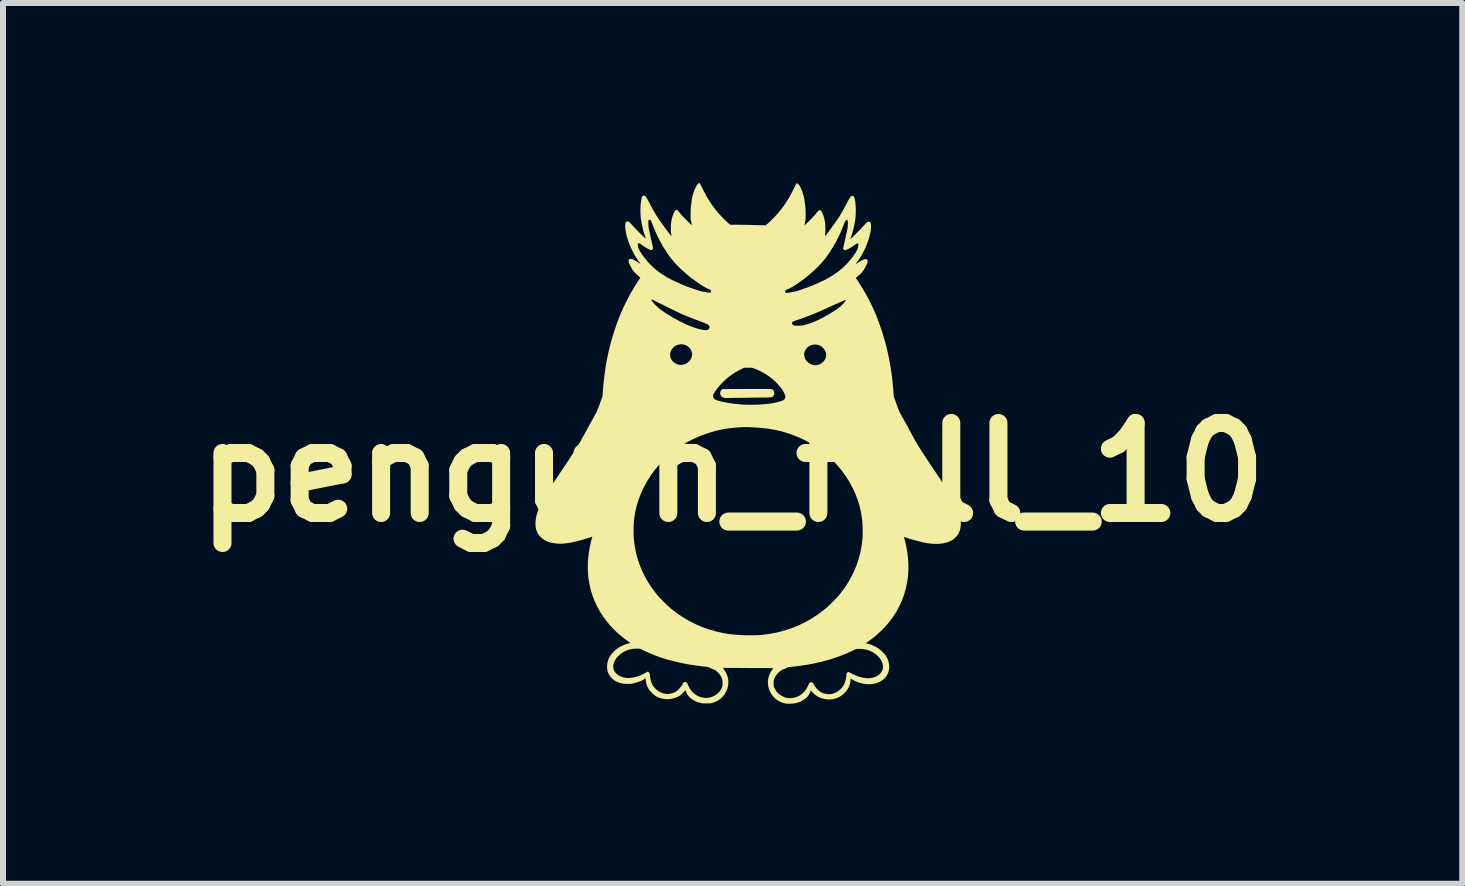
<source format=kicad_pcb>
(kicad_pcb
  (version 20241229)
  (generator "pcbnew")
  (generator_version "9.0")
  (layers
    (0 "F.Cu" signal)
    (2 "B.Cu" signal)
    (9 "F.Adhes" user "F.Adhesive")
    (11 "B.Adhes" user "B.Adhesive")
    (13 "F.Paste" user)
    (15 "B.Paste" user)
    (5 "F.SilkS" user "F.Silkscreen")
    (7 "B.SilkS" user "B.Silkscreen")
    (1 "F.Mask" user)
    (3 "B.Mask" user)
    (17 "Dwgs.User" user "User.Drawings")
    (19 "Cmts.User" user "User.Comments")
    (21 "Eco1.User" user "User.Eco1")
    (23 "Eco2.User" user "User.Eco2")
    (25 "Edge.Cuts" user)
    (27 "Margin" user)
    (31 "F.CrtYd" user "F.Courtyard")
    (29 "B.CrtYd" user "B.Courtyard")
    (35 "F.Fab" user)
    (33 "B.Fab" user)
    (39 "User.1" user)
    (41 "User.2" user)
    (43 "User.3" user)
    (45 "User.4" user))
  (footprint "penguin_full_10"
    (layer "F.Cu")
    (at 9.157 4.819)
    (property "Reference" "penguin_full_10" (at 0 0 0) (layer "F.SilkS") (effects (font (size 1.5 1.5) (thickness 0.3))))
    (attr board_only exclude_from_pos_files exclude_from_bom)
    (fp_poly (pts (xy -0.312 2.624) (xy -0.312 2.63) (xy -0.314 2.636) (xy -0.319 2.636) (xy -0.323 2.632) (xy -0.325 2.626) (xy -0.322 2.622) (xy -0.316 2.62)) (stroke (width 0) (type solid)) (fill yes) (layer "F.SilkS"))
    (fp_poly (pts (xy 0.838 2.618) (xy 0.841 2.624) (xy 0.839 2.628) (xy 0.833 2.633) (xy 0.829 2.631) (xy 0.828 2.626) (xy 0.829 2.618) (xy 0.834 2.616)) (stroke (width 0) (type solid)) (fill yes) (layer "F.SilkS"))
    (fp_poly (pts (xy 0.444 -1.389) (xy 0.483 -1.389) (xy 0.518 -1.389) (xy 0.55 -1.389) (xy 0.576 -1.388) (xy 0.596 -1.388) (xy 0.611 -1.388) (xy 0.618 -1.388) (xy 0.619 -1.388) (xy 0.637 -1.386) (xy 0.65 -1.385) (xy 0.658 -1.383) (xy 0.665 -1.379) (xy 0.671 -1.374) (xy 0.672 -1.374) (xy 0.685 -1.358) (xy 0.692 -1.338) (xy 0.694 -1.316) (xy 0.689 -1.294) (xy 0.679 -1.273) (xy 0.676 -1.269) (xy 0.673 -1.264) (xy 0.67 -1.261) (xy 0.666 -1.258) (xy 0.661 -1.255) (xy 0.655 -1.253) (xy 0.646 -1.251) (xy 0.634 -1.25) (xy 0.62 -1.248) (xy 0.601 -1.247) (xy 0.578 -1.246) (xy 0.551 -1.246) (xy 0.518 -1.245) (xy 0.479 -1.245) (xy 0.434 -1.244) (xy 0.382 -1.244) (xy 0.341 -1.243) (xy 0.291 -1.243) (xy 0.241 -1.242) (xy 0.193 -1.241) (xy 0.147 -1.241) (xy 0.103 -1.24) (xy 0.064 -1.24) (xy 0.029 -1.24) (xy -0.001 -1.239) (xy -0.025 -1.239) (xy -0.042 -1.239) (xy -0.043 -1.239) (xy -0.067 -1.238) (xy -0.091 -1.238) (xy -0.111 -1.239) (xy -0.127 -1.239) (xy -0.136 -1.24) (xy -0.137 -1.24) (xy -0.16 -1.246) (xy -0.179 -1.258) (xy -0.193 -1.273) (xy -0.203 -1.292) (xy -0.208 -1.312) (xy -0.207 -1.332) (xy -0.2 -1.352) (xy -0.187 -1.37) (xy -0.185 -1.372) (xy -0.176 -1.38) (xy -0.17 -1.385) (xy -0.168 -1.386) (xy -0.164 -1.386) (xy -0.152 -1.387) (xy -0.134 -1.387) (xy -0.11 -1.387) (xy -0.08 -1.387) (xy -0.047 -1.388) (xy -0.009 -1.388) (xy 0.032 -1.388) (xy 0.076 -1.388) (xy 0.121 -1.388) (xy 0.168 -1.388) (xy 0.216 -1.388) (xy 0.264 -1.389) (xy 0.311 -1.389) (xy 0.358 -1.389) (xy 0.402 -1.389)) (stroke (width 0) (type solid)) (fill yes) (layer "F.SilkS"))
    (fp_poly (pts (xy -0.551 -4.818) (xy -0.548 -4.814) (xy -0.541 -4.804) (xy -0.533 -4.789) (xy -0.522 -4.769) (xy -0.511 -4.746) (xy -0.502 -4.728) (xy -0.481 -4.687) (xy -0.463 -4.652) (xy -0.447 -4.62) (xy -0.431 -4.591) (xy -0.414 -4.564) (xy -0.397 -4.536) (xy -0.378 -4.506) (xy -0.368 -4.49) (xy -0.323 -4.426) (xy -0.278 -4.367) (xy -0.235 -4.315) (xy -0.219 -4.298) (xy -0.2 -4.277) (xy -0.178 -4.254) (xy -0.155 -4.231) (xy -0.133 -4.208) (xy -0.111 -4.187) (xy -0.092 -4.169) (xy -0.076 -4.154) (xy -0.069 -4.148) (xy -0.04 -4.124) (xy 0.083 -4.124) (xy 0.111 -4.124) (xy 0.137 -4.123) (xy 0.161 -4.123) (xy 0.185 -4.123) (xy 0.209 -4.123) (xy 0.235 -4.122) (xy 0.263 -4.122) (xy 0.294 -4.121) (xy 0.329 -4.12) (xy 0.369 -4.119) (xy 0.416 -4.118) (xy 0.457 -4.117) (xy 0.549 -4.114) (xy 0.584 -4.143) (xy 0.6 -4.158) (xy 0.62 -4.176) (xy 0.643 -4.198) (xy 0.667 -4.223) (xy 0.691 -4.247) (xy 0.715 -4.272) (xy 0.736 -4.294) (xy 0.751 -4.312) (xy 0.798 -4.368) (xy 0.843 -4.427) (xy 0.884 -4.486) (xy 0.904 -4.518) (xy 0.922 -4.546) (xy 0.939 -4.574) (xy 0.955 -4.602) (xy 0.971 -4.632) (xy 0.988 -4.665) (xy 1.007 -4.704) (xy 1.018 -4.724) (xy 1.03 -4.749) (xy 1.041 -4.771) (xy 1.051 -4.79) (xy 1.059 -4.804) (xy 1.065 -4.812) (xy 1.067 -4.814) (xy 1.078 -4.814) (xy 1.089 -4.806) (xy 1.102 -4.793) (xy 1.115 -4.774) (xy 1.128 -4.751) (xy 1.141 -4.724) (xy 1.154 -4.693) (xy 1.166 -4.66) (xy 1.177 -4.625) (xy 1.186 -4.59) (xy 1.194 -4.554) (xy 1.2 -4.518) (xy 1.201 -4.508) (xy 1.203 -4.488) (xy 1.206 -4.464) (xy 1.209 -4.44) (xy 1.211 -4.425) (xy 1.213 -4.404) (xy 1.214 -4.377) (xy 1.216 -4.346) (xy 1.216 -4.314) (xy 1.216 -4.296) (xy 1.216 -4.267) (xy 1.216 -4.244) (xy 1.215 -4.225) (xy 1.214 -4.21) (xy 1.212 -4.195) (xy 1.209 -4.18) (xy 1.207 -4.169) (xy 1.203 -4.151) (xy 1.2 -4.135) (xy 1.197 -4.123) (xy 1.195 -4.117) (xy 1.195 -4.115) (xy 1.196 -4.115) (xy 1.2 -4.117) (xy 1.207 -4.123) (xy 1.217 -4.132) (xy 1.231 -4.145) (xy 1.249 -4.163) (xy 1.272 -4.185) (xy 1.293 -4.206) (xy 1.314 -4.226) (xy 1.334 -4.248) (xy 1.354 -4.269) (xy 1.371 -4.287) (xy 1.384 -4.303) (xy 1.388 -4.308) (xy 1.407 -4.332) (xy 1.424 -4.351) (xy 1.438 -4.363) (xy 1.448 -4.369) (xy 1.451 -4.369) (xy 1.462 -4.366) (xy 1.474 -4.355) (xy 1.486 -4.338) (xy 1.497 -4.315) (xy 1.508 -4.287) (xy 1.519 -4.255) (xy 1.529 -4.219) (xy 1.537 -4.18) (xy 1.539 -4.173) (xy 1.541 -4.152) (xy 1.543 -4.126) (xy 1.545 -4.096) (xy 1.545 -4.063) (xy 1.545 -4.031) (xy 1.544 -4.001) (xy 1.542 -3.974) (xy 1.541 -3.965) (xy 1.539 -3.95) (xy 1.538 -3.939) (xy 1.538 -3.932) (xy 1.538 -3.931) (xy 1.541 -3.934) (xy 1.547 -3.942) (xy 1.558 -3.955) (xy 1.572 -3.974) (xy 1.589 -3.996) (xy 1.608 -4.022) (xy 1.63 -4.051) (xy 1.654 -4.084) (xy 1.671 -4.108) (xy 1.704 -4.153) (xy 1.733 -4.194) (xy 1.759 -4.232) (xy 1.783 -4.269) (xy 1.805 -4.306) (xy 1.828 -4.345) (xy 1.851 -4.387) (xy 1.876 -4.434) (xy 1.881 -4.442) (xy 1.902 -4.483) (xy 1.92 -4.516) (xy 1.936 -4.544) (xy 1.949 -4.566) (xy 1.959 -4.582) (xy 1.968 -4.593) (xy 1.974 -4.6) (xy 1.975 -4.6) (xy 1.99 -4.607) (xy 2.003 -4.607) (xy 2.015 -4.599) (xy 2.025 -4.585) (xy 2.033 -4.564) (xy 2.034 -4.56) (xy 2.041 -4.522) (xy 2.046 -4.478) (xy 2.05 -4.431) (xy 2.052 -4.381) (xy 2.052 -4.331) (xy 2.05 -4.283) (xy 2.046 -4.238) (xy 2.046 -4.237) (xy 2.039 -4.183) (xy 2.029 -4.127) (xy 2.016 -4.07) (xy 2.002 -4.015) (xy 1.987 -3.963) (xy 1.971 -3.916) (xy 1.961 -3.89) (xy 1.962 -3.888) (xy 1.967 -3.892) (xy 1.977 -3.9) (xy 1.991 -3.912) (xy 2.008 -3.928) (xy 2.028 -3.948) (xy 2.051 -3.97) (xy 2.075 -3.995) (xy 2.101 -4.022) (xy 2.129 -4.05) (xy 2.156 -4.08) (xy 2.182 -4.108) (xy 2.2 -4.126) (xy 2.215 -4.142) (xy 2.229 -4.156) (xy 2.24 -4.166) (xy 2.246 -4.172) (xy 2.247 -4.172) (xy 2.26 -4.175) (xy 2.274 -4.174) (xy 2.288 -4.169) (xy 2.294 -4.165) (xy 2.299 -4.155) (xy 2.303 -4.139) (xy 2.305 -4.117) (xy 2.305 -4.091) (xy 2.304 -4.061) (xy 2.3 -4.028) (xy 2.295 -3.994) (xy 2.292 -3.981) (xy 2.275 -3.912) (xy 2.252 -3.841) (xy 2.224 -3.769) (xy 2.192 -3.697) (xy 2.155 -3.628) (xy 2.115 -3.562) (xy 2.073 -3.501) (xy 2.068 -3.494) (xy 2.06 -3.483) (xy 2.055 -3.475) (xy 2.053 -3.471) (xy 2.053 -3.471) (xy 2.056 -3.472) (xy 2.065 -3.477) (xy 2.078 -3.485) (xy 2.093 -3.494) (xy 2.096 -3.496) (xy 2.131 -3.517) (xy 2.16 -3.533) (xy 2.184 -3.544) (xy 2.204 -3.551) (xy 2.22 -3.552) (xy 2.232 -3.549) (xy 2.241 -3.542) (xy 2.246 -3.535) (xy 2.249 -3.523) (xy 2.249 -3.508) (xy 2.246 -3.494) (xy 2.243 -3.483) (xy 2.236 -3.468) (xy 2.227 -3.45) (xy 2.217 -3.43) (xy 2.206 -3.409) (xy 2.196 -3.39) (xy 2.186 -3.374) (xy 2.185 -3.372) (xy 2.168 -3.349) (xy 2.147 -3.325) (xy 2.123 -3.3) (xy 2.098 -3.277) (xy 2.08 -3.262) (xy 2.067 -3.252) (xy 2.058 -3.243) (xy 2.055 -3.237) (xy 2.055 -3.236) (xy 2.057 -3.232) (xy 2.064 -3.222) (xy 2.073 -3.208) (xy 2.084 -3.192) (xy 2.09 -3.182) (xy 2.151 -3.086) (xy 2.21 -2.986) (xy 2.266 -2.884) (xy 2.318 -2.78) (xy 2.365 -2.678) (xy 2.384 -2.633) (xy 2.439 -2.49) (xy 2.49 -2.343) (xy 2.535 -2.194) (xy 2.574 -2.042) (xy 2.607 -1.89) (xy 2.634 -1.739) (xy 2.655 -1.59) (xy 2.658 -1.559) (xy 2.661 -1.533) (xy 2.664 -1.503) (xy 2.667 -1.473) (xy 2.669 -1.449) (xy 2.672 -1.426) (xy 2.674 -1.398) (xy 2.677 -1.368) (xy 2.679 -1.339) (xy 2.679 -1.326) (xy 2.681 -1.301) (xy 2.683 -1.282) (xy 2.684 -1.268) (xy 2.686 -1.257) (xy 2.689 -1.247) (xy 2.692 -1.239) (xy 2.695 -1.234) (xy 2.702 -1.218) (xy 2.709 -1.199) (xy 2.714 -1.182) (xy 2.721 -1.162) (xy 2.729 -1.137) (xy 2.739 -1.109) (xy 2.75 -1.081) (xy 2.761 -1.053) (xy 2.771 -1.028) (xy 2.78 -1.008) (xy 2.784 -0.999) (xy 2.791 -0.987) (xy 2.8 -0.969) (xy 2.812 -0.948) (xy 2.825 -0.924) (xy 2.839 -0.899) (xy 2.846 -0.885) (xy 2.866 -0.849) (xy 2.883 -0.819) (xy 2.898 -0.793) (xy 2.91 -0.77) (xy 2.921 -0.75) (xy 2.931 -0.731) (xy 2.941 -0.713) (xy 2.952 -0.694) (xy 2.963 -0.673) (xy 2.976 -0.649) (xy 2.979 -0.643) (xy 2.993 -0.617) (xy 3.006 -0.592) (xy 3.019 -0.568) (xy 3.033 -0.544) (xy 3.046 -0.52) (xy 3.061 -0.496) (xy 3.076 -0.471) (xy 3.092 -0.444) (xy 3.109 -0.417) (xy 3.127 -0.387) (xy 3.147 -0.355) (xy 3.17 -0.321) (xy 3.194 -0.283) (xy 3.221 -0.243) (xy 3.25 -0.198) (xy 3.282 -0.15) (xy 3.317 -0.097) (xy 3.356 -0.039) (xy 3.398 0.023) (xy 3.443 0.091) (xy 3.493 0.165) (xy 3.516 0.2) (xy 3.576 0.292) (xy 3.63 0.385) (xy 3.681 0.48) (xy 3.691 0.5) (xy 3.712 0.543) (xy 3.73 0.58) (xy 3.744 0.612) (xy 3.756 0.64) (xy 3.766 0.666) (xy 3.774 0.69) (xy 3.781 0.714) (xy 3.785 0.727) (xy 3.796 0.784) (xy 3.802 0.839) (xy 3.801 0.892) (xy 3.793 0.941) (xy 3.78 0.986) (xy 3.763 1.023) (xy 3.75 1.041) (xy 3.733 1.062) (xy 3.713 1.084) (xy 3.692 1.104) (xy 3.671 1.121) (xy 3.663 1.126) (xy 3.62 1.15) (xy 3.572 1.168) (xy 3.518 1.182) (xy 3.46 1.19) (xy 3.398 1.193) (xy 3.331 1.191) (xy 3.261 1.184) (xy 3.222 1.178) (xy 3.193 1.172) (xy 3.157 1.164) (xy 3.118 1.154) (xy 3.075 1.143) (xy 3.031 1.131) (xy 2.988 1.119) (xy 2.946 1.106) (xy 2.907 1.094) (xy 2.888 1.088) (xy 2.871 1.082) (xy 2.861 1.079) (xy 2.855 1.079) (xy 2.853 1.08) (xy 2.854 1.084) (xy 2.854 1.085) (xy 2.859 1.097) (xy 2.864 1.116) (xy 2.87 1.139) (xy 2.877 1.164) (xy 2.883 1.189) (xy 2.889 1.213) (xy 2.891 1.223) (xy 2.91 1.328) (xy 2.922 1.432) (xy 2.928 1.536) (xy 2.928 1.639) (xy 2.921 1.739) (xy 2.908 1.832) (xy 2.888 1.93) (xy 2.861 2.026) (xy 2.828 2.119) (xy 2.787 2.211) (xy 2.739 2.303) (xy 2.719 2.337) (xy 2.668 2.415) (xy 2.611 2.492) (xy 2.547 2.567) (xy 2.477 2.639) (xy 2.403 2.708) (xy 2.324 2.772) (xy 2.25 2.826) (xy 2.236 2.836) (xy 2.226 2.844) (xy 2.221 2.849) (xy 2.222 2.85) (xy 2.229 2.852) (xy 2.24 2.854) (xy 2.242 2.855) (xy 2.273 2.862) (xy 2.308 2.873) (xy 2.344 2.889) (xy 2.381 2.907) (xy 2.415 2.926) (xy 2.441 2.944) (xy 2.465 2.963) (xy 2.49 2.986) (xy 2.515 3.011) (xy 2.537 3.037) (xy 2.555 3.061) (xy 2.561 3.071) (xy 2.583 3.114) (xy 2.598 3.159) (xy 2.607 3.205) (xy 2.609 3.251) (xy 2.604 3.295) (xy 2.592 3.338) (xy 2.579 3.369) (xy 2.555 3.407) (xy 2.525 3.44) (xy 2.49 3.468) (xy 2.45 3.491) (xy 2.405 3.51) (xy 2.357 3.523) (xy 2.305 3.53) (xy 2.267 3.531) (xy 2.23 3.53) (xy 2.196 3.526) (xy 2.161 3.519) (xy 2.123 3.509) (xy 2.105 3.503) (xy 2.076 3.493) (xy 2.053 3.484) (xy 2.034 3.476) (xy 2.017 3.467) (xy 2.001 3.457) (xy 1.993 3.452) (xy 1.968 3.435) (xy 1.965 3.457) (xy 1.96 3.494) (xy 1.953 3.527) (xy 1.944 3.556) (xy 1.931 3.585) (xy 1.917 3.612) (xy 1.902 3.634) (xy 1.882 3.658) (xy 1.859 3.682) (xy 1.835 3.704) (xy 1.821 3.716) (xy 1.78 3.742) (xy 1.737 3.762) (xy 1.69 3.776) (xy 1.643 3.783) (xy 1.594 3.785) (xy 1.546 3.781) (xy 1.499 3.77) (xy 1.453 3.755) (xy 1.411 3.733) (xy 1.372 3.706) (xy 1.337 3.674) (xy 1.325 3.66) (xy 1.304 3.634) (xy 1.288 3.67) (xy 1.274 3.698) (xy 1.261 3.72) (xy 1.246 3.74) (xy 1.229 3.757) (xy 1.208 3.774) (xy 1.181 3.792) (xy 1.174 3.797) (xy 1.152 3.809) (xy 1.133 3.82) (xy 1.112 3.828) (xy 1.089 3.836) (xy 1.061 3.844) (xy 1.038 3.849) (xy 1.011 3.853) (xy 0.98 3.855) (xy 0.949 3.856) (xy 0.92 3.856) (xy 0.894 3.854) (xy 0.878 3.852) (xy 0.825 3.837) (xy 0.777 3.816) (xy 0.733 3.789) (xy 0.695 3.756) (xy 0.661 3.718) (xy 0.633 3.674) (xy 0.622 3.653) (xy 0.61 3.624) (xy 0.601 3.596) (xy 0.594 3.567) (xy 0.589 3.534) (xy 0.588 3.53) (xy 0.588 3.502) (xy 0.683 3.502) (xy 0.683 3.515) (xy 0.684 3.536) (xy 0.684 3.552) (xy 0.686 3.564) (xy 0.689 3.575) (xy 0.693 3.586) (xy 0.694 3.589) (xy 0.714 3.628) (xy 0.74 3.664) (xy 0.772 3.695) (xy 0.81 3.721) (xy 0.853 3.743) (xy 0.883 3.754) (xy 0.913 3.76) (xy 0.946 3.763) (xy 0.982 3.762) (xy 1.018 3.757) (xy 1.027 3.755) (xy 1.074 3.741) (xy 1.118 3.719) (xy 1.157 3.692) (xy 1.192 3.658) (xy 1.222 3.62) (xy 1.247 3.575) (xy 1.249 3.571) (xy 1.256 3.555) (xy 1.265 3.537) (xy 1.269 3.528) (xy 1.276 3.514) (xy 1.283 3.506) (xy 1.292 3.501) (xy 1.309 3.497) (xy 1.324 3.501) (xy 1.337 3.511) (xy 1.347 3.529) (xy 1.355 3.544) (xy 1.368 3.562) (xy 1.382 3.582) (xy 1.398 3.602) (xy 1.414 3.619) (xy 1.428 3.633) (xy 1.432 3.636) (xy 1.471 3.663) (xy 1.512 3.682) (xy 1.554 3.693) (xy 1.598 3.697) (xy 1.6 3.697) (xy 1.629 3.696) (xy 1.656 3.692) (xy 1.683 3.684) (xy 1.712 3.672) (xy 1.723 3.667) (xy 1.763 3.643) (xy 1.797 3.615) (xy 1.826 3.583) (xy 1.85 3.548) (xy 1.868 3.51) (xy 1.881 3.468) (xy 1.891 3.421) (xy 1.894 3.393) (xy 1.896 3.373) (xy 1.898 3.36) (xy 1.901 3.351) (xy 1.904 3.346) (xy 1.905 3.345) (xy 1.912 3.338) (xy 1.914 3.333) (xy 1.92 3.328) (xy 1.929 3.326) (xy 1.939 3.328) (xy 1.944 3.332) (xy 1.95 3.337) (xy 1.953 3.338) (xy 1.958 3.34) (xy 1.968 3.344) (xy 1.981 3.352) (xy 1.99 3.357) (xy 2.031 3.378) (xy 2.075 3.396) (xy 2.122 3.411) (xy 2.168 3.422) (xy 2.214 3.429) (xy 2.257 3.432) (xy 2.289 3.43) (xy 2.333 3.422) (xy 2.373 3.409) (xy 2.409 3.392) (xy 2.44 3.371) (xy 2.465 3.347) (xy 2.485 3.319) (xy 2.498 3.288) (xy 2.505 3.255) (xy 2.505 3.253) (xy 2.504 3.217) (xy 2.495 3.18) (xy 2.48 3.144) (xy 2.459 3.109) (xy 2.432 3.075) (xy 2.399 3.044) (xy 2.361 3.015) (xy 2.32 2.99) (xy 2.312 2.986) (xy 2.26 2.964) (xy 2.205 2.95) (xy 2.149 2.943) (xy 2.102 2.942) (xy 2.058 2.944) (xy 1.996 2.974) (xy 1.899 3.018) (xy 1.799 3.058) (xy 1.696 3.095) (xy 1.589 3.128) (xy 1.476 3.158) (xy 1.358 3.184) (xy 1.239 3.207) (xy 1.211 3.211) (xy 1.179 3.216) (xy 1.144 3.221) (xy 1.107 3.226) (xy 1.07 3.231) (xy 1.035 3.235) (xy 1.002 3.239) (xy 0.975 3.242) (xy 0.957 3.244) (xy 0.938 3.245) (xy 0.925 3.248) (xy 0.915 3.251) (xy 0.907 3.256) (xy 0.896 3.262) (xy 0.881 3.269) (xy 0.864 3.276) (xy 0.862 3.276) (xy 0.827 3.29) (xy 0.797 3.308) (xy 0.769 3.332) (xy 0.762 3.338) (xy 0.733 3.37) (xy 0.71 3.406) (xy 0.695 3.438) (xy 0.69 3.45) (xy 0.687 3.461) (xy 0.685 3.472) (xy 0.684 3.485) (xy 0.683 3.502) (xy 0.588 3.502) (xy 0.587 3.484) (xy 0.593 3.438) (xy 0.605 3.391) (xy 0.624 3.346) (xy 0.65 3.303) (xy 0.671 3.274) (xy 0.681 3.263) (xy 0.513 3.262) (xy 0.477 3.262) (xy 0.436 3.262) (xy 0.389 3.262) (xy 0.338 3.262) (xy 0.285 3.262) (xy 0.231 3.261) (xy 0.178 3.261) (xy 0.126 3.261) (xy 0.09 3.26) (xy -0.165 3.259) (xy -0.156 3.27) (xy -0.126 3.312) (xy -0.102 3.355) (xy -0.085 3.401) (xy -0.074 3.448) (xy -0.071 3.494) (xy -0.073 3.526) (xy -0.077 3.559) (xy -0.083 3.586) (xy -0.091 3.612) (xy -0.102 3.639) (xy -0.11 3.655) (xy -0.136 3.701) (xy -0.168 3.741) (xy -0.204 3.775) (xy -0.246 3.804) (xy -0.293 3.827) (xy -0.345 3.844) (xy -0.357 3.847) (xy -0.37 3.849) (xy -0.385 3.85) (xy -0.404 3.851) (xy -0.429 3.851) (xy -0.439 3.851) (xy -0.464 3.851) (xy -0.484 3.851) (xy -0.499 3.85) (xy -0.513 3.848) (xy -0.525 3.846) (xy -0.539 3.842) (xy -0.543 3.841) (xy -0.571 3.833) (xy -0.595 3.825) (xy -0.615 3.817) (xy -0.634 3.807) (xy -0.655 3.795) (xy -0.658 3.793) (xy -0.686 3.774) (xy -0.709 3.757) (xy -0.727 3.74) (xy -0.742 3.721) (xy -0.755 3.7) (xy -0.769 3.673) (xy -0.772 3.666) (xy -0.788 3.63) (xy -0.809 3.656) (xy -0.842 3.69) (xy -0.879 3.72) (xy -0.92 3.743) (xy -0.965 3.761) (xy -1.011 3.773) (xy -1.059 3.78) (xy -1.108 3.781) (xy -1.156 3.775) (xy -1.203 3.764) (xy -1.248 3.747) (xy -1.29 3.723) (xy -1.305 3.712) (xy -1.329 3.692) (xy -1.353 3.669) (xy -1.374 3.644) (xy -1.393 3.621) (xy -1.401 3.608) (xy -1.417 3.578) (xy -1.429 3.549) (xy -1.438 3.52) (xy -1.445 3.487) (xy -1.449 3.453) (xy -1.452 3.431) (xy -1.478 3.448) (xy -1.494 3.459) (xy -1.511 3.468) (xy -1.529 3.477) (xy -1.55 3.485) (xy -1.576 3.495) (xy -1.589 3.499) (xy -1.629 3.511) (xy -1.665 3.52) (xy -1.699 3.525) (xy -1.735 3.527) (xy -1.752 3.527) (xy -1.805 3.524) (xy -1.855 3.516) (xy -1.903 3.501) (xy -1.946 3.482) (xy -1.969 3.468) (xy -2.001 3.443) (xy -2.029 3.413) (xy -2.054 3.381) (xy -2.072 3.346) (xy -2.084 3.313) (xy -2.092 3.266) (xy -2.092 3.243) (xy -1.99 3.243) (xy -1.989 3.249) (xy -1.983 3.282) (xy -1.97 3.313) (xy -1.951 3.341) (xy -1.926 3.366) (xy -1.895 3.387) (xy -1.859 3.405) (xy -1.819 3.418) (xy -1.776 3.426) (xy -1.773 3.426) (xy -1.733 3.428) (xy -1.69 3.424) (xy -1.644 3.417) (xy -1.597 3.405) (xy -1.551 3.389) (xy -1.507 3.37) (xy -1.474 3.353) (xy -1.46 3.345) (xy -1.448 3.338) (xy -1.44 3.335) (xy -1.437 3.334) (xy -1.431 3.331) (xy -1.428 3.328) (xy -1.421 3.323) (xy -1.411 3.322) (xy -1.402 3.325) (xy -1.398 3.329) (xy -1.393 3.337) (xy -1.389 3.341) (xy -1.385 3.346) (xy -1.383 3.354) (xy -1.38 3.367) (xy -1.378 3.386) (xy -1.378 3.39) (xy -1.371 3.44) (xy -1.36 3.484) (xy -1.344 3.524) (xy -1.324 3.561) (xy -1.31 3.579) (xy -1.28 3.612) (xy -1.246 3.641) (xy -1.207 3.663) (xy -1.177 3.677) (xy -1.15 3.686) (xy -1.123 3.691) (xy -1.095 3.693) (xy -1.084 3.694) (xy -1.04 3.69) (xy -0.997 3.678) (xy -0.956 3.66) (xy -0.917 3.634) (xy -0.916 3.633) (xy -0.903 3.621) (xy -0.888 3.604) (xy -0.872 3.585) (xy -0.857 3.565) (xy -0.843 3.546) (xy -0.834 3.53) (xy -0.832 3.525) (xy -0.821 3.507) (xy -0.808 3.497) (xy -0.793 3.493) (xy -0.776 3.497) (xy -0.767 3.502) (xy -0.759 3.511) (xy -0.753 3.524) (xy -0.745 3.541) (xy -0.737 3.559) (xy -0.733 3.567) (xy -0.709 3.612) (xy -0.679 3.652) (xy -0.644 3.686) (xy -0.605 3.714) (xy -0.561 3.736) (xy -0.514 3.751) (xy -0.48 3.757) (xy -0.455 3.759) (xy -0.428 3.759) (xy -0.401 3.756) (xy -0.377 3.752) (xy -0.373 3.751) (xy -0.328 3.735) (xy -0.286 3.713) (xy -0.25 3.686) (xy -0.219 3.654) (xy -0.194 3.618) (xy -0.178 3.585) (xy -0.174 3.573) (xy -0.171 3.562) (xy -0.169 3.55) (xy -0.168 3.536) (xy -0.168 3.516) (xy -0.168 3.511) (xy -0.168 3.49) (xy -0.168 3.475) (xy -0.17 3.463) (xy -0.172 3.453) (xy -0.176 3.442) (xy -0.179 3.434) (xy -0.198 3.395) (xy -0.222 3.36) (xy -0.247 3.334) (xy -0.275 3.309) (xy -0.305 3.29) (xy -0.338 3.275) (xy -0.346 3.273) (xy -0.363 3.266) (xy -0.378 3.259) (xy -0.39 3.253) (xy -0.391 3.252) (xy -0.4 3.247) (xy -0.41 3.244) (xy -0.424 3.241) (xy -0.441 3.24) (xy -0.463 3.238) (xy -0.492 3.235) (xy -0.525 3.231) (xy -0.56 3.226) (xy -0.597 3.222) (xy -0.634 3.216) (xy -0.669 3.211) (xy -0.701 3.207) (xy -0.723 3.203) (xy -0.848 3.179) (xy -0.966 3.152) (xy -1.078 3.123) (xy -1.185 3.09) (xy -1.288 3.053) (xy -1.388 3.012) (xy -1.48 2.97) (xy -1.542 2.94) (xy -1.587 2.938) (xy -1.644 2.939) (xy -1.7 2.948) (xy -1.754 2.964) (xy -1.796 2.982) (xy -1.838 3.007) (xy -1.877 3.035) (xy -1.91 3.066) (xy -1.938 3.099) (xy -1.961 3.134) (xy -1.977 3.17) (xy -1.987 3.206) (xy -1.99 3.243) (xy -2.092 3.243) (xy -2.092 3.219) (xy -2.086 3.171) (xy -2.073 3.125) (xy -2.053 3.08) (xy -2.045 3.067) (xy -2.03 3.044) (xy -2.009 3.019) (xy -1.986 2.993) (xy -1.961 2.969) (xy -1.936 2.948) (xy -1.925 2.94) (xy -1.894 2.919) (xy -1.859 2.899) (xy -1.822 2.882) (xy -1.786 2.867) (xy -1.752 2.856) (xy -1.727 2.851) (xy -1.715 2.849) (xy -1.707 2.847) (xy -1.706 2.846) (xy -1.706 2.844) (xy -1.713 2.838) (xy -1.724 2.829) (xy -1.734 2.822) (xy -1.816 2.762) (xy -1.894 2.698) (xy -1.968 2.629) (xy -2.037 2.557) (xy -2.1 2.481) (xy -2.157 2.404) (xy -2.203 2.333) (xy -2.253 2.244) (xy -2.295 2.156) (xy -2.331 2.066) (xy -2.36 1.974) (xy -2.383 1.88) (xy -2.4 1.781) (xy -2.405 1.746) (xy -2.408 1.717) (xy -2.41 1.682) (xy -2.412 1.643) (xy -2.413 1.602) (xy -2.413 1.561) (xy -2.413 1.523) (xy -2.412 1.488) (xy -2.41 1.467) (xy -2.406 1.423) (xy -2.401 1.377) (xy -2.394 1.33) (xy -2.387 1.283) (xy -2.378 1.237) (xy -2.369 1.194) (xy -2.36 1.154) (xy -2.351 1.119) (xy -2.342 1.09) (xy -2.339 1.081) (xy -2.337 1.077) (xy -2.339 1.075) (xy -2.344 1.075) (xy -2.354 1.078) (xy -2.37 1.083) (xy -2.372 1.084) (xy -2.408 1.096) (xy -2.448 1.108) (xy -2.491 1.121) (xy -2.535 1.133) (xy -2.578 1.145) (xy -2.62 1.155) (xy -2.658 1.164) (xy -2.691 1.171) (xy -2.706 1.174) (xy -2.778 1.184) (xy -2.846 1.189) (xy -2.911 1.189) (xy -2.971 1.183) (xy -3.028 1.172) (xy -3.079 1.157) (xy -3.125 1.136) (xy -3.147 1.122) (xy -3.167 1.107) (xy -3.188 1.089) (xy -3.209 1.068) (xy -3.228 1.046) (xy -3.243 1.026) (xy -3.247 1.019) (xy -3.262 0.985) (xy -1.651 0.985) (xy -1.651 1.029) (xy -1.649 1.067) (xy -1.648 1.092) (xy -1.635 1.206) (xy -1.615 1.317) (xy -1.588 1.426) (xy -1.553 1.532) (xy -1.511 1.636) (xy -1.462 1.737) (xy -1.406 1.836) (xy -1.342 1.932) (xy -1.271 2.026) (xy -1.27 2.028) (xy -1.251 2.05) (xy -1.227 2.077) (xy -1.199 2.107) (xy -1.169 2.137) (xy -1.138 2.169) (xy -1.107 2.199) (xy -1.077 2.227) (xy -1.049 2.252) (xy -1.025 2.273) (xy -1.022 2.276) (xy -0.924 2.351) (xy -0.824 2.418) (xy -0.72 2.479) (xy -0.613 2.533) (xy -0.503 2.58) (xy -0.39 2.62) (xy -0.273 2.653) (xy -0.153 2.68) (xy -0.089 2.691) (xy -0.035 2.698) (xy 0.024 2.704) (xy 0.087 2.709) (xy 0.153 2.713) (xy 0.22 2.715) (xy 0.286 2.716) (xy 0.35 2.716) (xy 0.411 2.714) (xy 0.466 2.711) (xy 0.495 2.708) (xy 0.619 2.692) (xy 0.741 2.669) (xy 0.859 2.638) (xy 0.973 2.601) (xy 1.085 2.557) (xy 1.193 2.505) (xy 1.299 2.447) (xy 1.401 2.382) (xy 1.5 2.309) (xy 1.538 2.279) (xy 1.562 2.259) (xy 1.589 2.235) (xy 1.618 2.207) (xy 1.649 2.177) (xy 1.681 2.146) (xy 1.711 2.115) (xy 1.739 2.085) (xy 1.763 2.058) (xy 1.783 2.034) (xy 1.786 2.031) (xy 1.857 1.937) (xy 1.921 1.841) (xy 1.977 1.742) (xy 2.027 1.641) (xy 2.069 1.537) (xy 2.103 1.431) (xy 2.131 1.322) (xy 2.151 1.211) (xy 2.164 1.097) (xy 2.164 1.096) (xy 2.166 1.061) (xy 2.167 1.021) (xy 2.167 0.976) (xy 2.166 0.931) (xy 2.164 0.885) (xy 2.162 0.841) (xy 2.159 0.801) (xy 2.156 0.776) (xy 2.139 0.669) (xy 2.115 0.563) (xy 2.083 0.459) (xy 2.044 0.358) (xy 1.999 0.259) (xy 1.947 0.163) (xy 1.889 0.07) (xy 1.824 -0.02) (xy 1.754 -0.106) (xy 1.678 -0.188) (xy 1.596 -0.265) (xy 1.51 -0.338) (xy 1.418 -0.407) (xy 1.321 -0.469) (xy 1.281 -0.493) (xy 1.193 -0.54) (xy 1.101 -0.583) (xy 1.003 -0.622) (xy 0.937 -0.645) (xy 0.826 -0.679) (xy 0.716 -0.705) (xy 0.605 -0.725) (xy 0.491 -0.738) (xy 0.429 -0.743) (xy 0.4 -0.745) (xy 0.367 -0.747) (xy 0.334 -0.749) (xy 0.304 -0.751) (xy 0.294 -0.751) (xy 0.253 -0.753) (xy 0.206 -0.753) (xy 0.154 -0.751) (xy 0.1 -0.748) (xy 0.043 -0.744) (xy -0.014 -0.738) (xy -0.07 -0.731) (xy -0.123 -0.724) (xy -0.156 -0.718) (xy -0.26 -0.696) (xy -0.364 -0.667) (xy -0.467 -0.633) (xy -0.567 -0.594) (xy -0.664 -0.55) (xy -0.755 -0.503) (xy -0.766 -0.497) (xy -0.865 -0.435) (xy -0.961 -0.368) (xy -1.051 -0.295) (xy -1.137 -0.217) (xy -1.217 -0.134) (xy -1.291 -0.047) (xy -1.359 0.045) (xy -1.42 0.14) (xy -1.42 0.141) (xy -1.475 0.24) (xy -1.523 0.341) (xy -1.563 0.443) (xy -1.596 0.547) (xy -1.621 0.653) (xy -1.639 0.76) (xy -1.64 0.772) (xy -1.644 0.808) (xy -1.647 0.849) (xy -1.649 0.894) (xy -1.65 0.94) (xy -1.651 0.985) (xy -3.262 0.985) (xy -3.266 0.977) (xy -3.279 0.932) (xy -3.285 0.882) (xy -3.285 0.829) (xy -3.279 0.774) (xy -3.269 0.723) (xy -3.262 0.699) (xy -3.255 0.675) (xy -3.246 0.65) (xy -3.235 0.623) (xy -3.222 0.593) (xy -3.206 0.559) (xy -3.187 0.519) (xy -3.175 0.497) (xy -3.125 0.4) (xy -3.072 0.307) (xy -3.013 0.215) (xy -3.001 0.196) (xy -2.957 0.132) (xy -2.918 0.074) (xy -2.883 0.021) (xy -2.851 -0.027) (xy -2.822 -0.07) (xy -2.795 -0.11) (xy -2.771 -0.146) (xy -2.749 -0.18) (xy -2.728 -0.21) (xy -2.709 -0.239) (xy -2.692 -0.267) (xy -2.674 -0.293) (xy -2.658 -0.319) (xy -2.641 -0.345) (xy -2.624 -0.371) (xy -2.61 -0.393) (xy -2.581 -0.44) (xy -2.55 -0.491) (xy -2.518 -0.547) (xy -2.486 -0.605) (xy -2.463 -0.647) (xy -2.45 -0.671) (xy -2.438 -0.693) (xy -2.428 -0.712) (xy -2.418 -0.731) (xy -2.408 -0.749) (xy -2.397 -0.769) (xy -2.385 -0.791) (xy -2.371 -0.816) (xy -2.354 -0.845) (xy -2.335 -0.88) (xy -2.33 -0.889) (xy -2.316 -0.914) (xy -2.303 -0.939) (xy -2.29 -0.962) (xy -2.279 -0.982) (xy -2.271 -0.997) (xy -2.268 -1.003) (xy -2.261 -1.02) (xy -2.251 -1.042) (xy -2.24 -1.069) (xy -2.229 -1.097) (xy -2.219 -1.125) (xy -2.209 -1.152) (xy -2.202 -1.175) (xy -2.198 -1.186) (xy -2.192 -1.204) (xy -2.185 -1.223) (xy -2.179 -1.238) (xy -2.175 -1.247) (xy -2.172 -1.255) (xy -2.17 -1.265) (xy -2.168 -1.276) (xy -0.325 -1.276) (xy -0.325 -1.274) (xy -0.322 -1.25) (xy -0.313 -1.23) (xy -0.299 -1.216) (xy -0.295 -1.214) (xy -0.276 -1.205) (xy -0.252 -1.196) (xy -0.223 -1.188) (xy -0.187 -1.179) (xy -0.145 -1.17) (xy -0.096 -1.16) (xy -0.058 -1.153) (xy 0.016 -1.143) (xy 0.095 -1.134) (xy 0.178 -1.128) (xy 0.262 -1.125) (xy 0.347 -1.125) (xy 0.43 -1.128) (xy 0.437 -1.128) (xy 0.506 -1.133) (xy 0.568 -1.138) (xy 0.625 -1.145) (xy 0.678 -1.154) (xy 0.727 -1.164) (xy 0.774 -1.176) (xy 0.795 -1.182) (xy 0.817 -1.189) (xy 0.833 -1.195) (xy 0.845 -1.201) (xy 0.853 -1.206) (xy 0.86 -1.213) (xy 0.864 -1.219) (xy 0.875 -1.237) (xy 0.879 -1.253) (xy 0.878 -1.27) (xy 0.873 -1.286) (xy 0.854 -1.329) (xy 0.83 -1.37) (xy 0.801 -1.412) (xy 0.765 -1.455) (xy 0.736 -1.486) (xy 0.678 -1.541) (xy 0.614 -1.593) (xy 0.545 -1.639) (xy 0.472 -1.68) (xy 0.397 -1.714) (xy 0.37 -1.725) (xy 0.325 -1.742) (xy 0.26 -1.742) (xy 0.194 -1.742) (xy 0.149 -1.721) (xy 0.117 -1.706) (xy 0.081 -1.686) (xy 0.045 -1.665) (xy 0.01 -1.643) (xy -0.021 -1.622) (xy -0.026 -1.619) (xy -0.083 -1.575) (xy -0.138 -1.526) (xy -0.19 -1.474) (xy -0.238 -1.419) (xy -0.281 -1.363) (xy -0.308 -1.322) (xy -0.317 -1.308) (xy -0.322 -1.297) (xy -0.324 -1.288) (xy -0.325 -1.276) (xy -2.168 -1.276) (xy -2.168 -1.277) (xy -2.166 -1.294) (xy -2.165 -1.315) (xy -2.164 -1.33) (xy -2.162 -1.358) (xy -2.159 -1.388) (xy -2.157 -1.417) (xy -2.155 -1.443) (xy -2.154 -1.453) (xy -2.151 -1.479) (xy -2.148 -1.509) (xy -2.145 -1.538) (xy -2.142 -1.563) (xy -2.123 -1.712) (xy -2.098 -1.863) (xy -2.077 -1.962) (xy -1.042 -1.962) (xy -1.04 -1.93) (xy -1.031 -1.9) (xy -1.016 -1.872) (xy -0.996 -1.846) (xy -0.97 -1.824) (xy -0.94 -1.807) (xy -0.905 -1.794) (xy -0.896 -1.792) (xy -0.865 -1.789) (xy -0.832 -1.792) (xy -0.807 -1.799) (xy -0.773 -1.812) (xy -0.744 -1.832) (xy -0.73 -1.844) (xy -0.713 -1.861) (xy -0.701 -1.878) (xy -0.691 -1.897) (xy -0.684 -1.92) (xy -0.681 -1.93) (xy -0.677 -1.948) (xy -0.675 -1.961) (xy -0.675 -1.965) (xy 1.19 -1.965) (xy 1.191 -1.954) (xy 1.194 -1.939) (xy 1.197 -1.926) (xy 1.204 -1.901) (xy 1.213 -1.88) (xy 1.224 -1.863) (xy 1.239 -1.846) (xy 1.244 -1.842) (xy 1.276 -1.816) (xy 1.311 -1.798) (xy 1.348 -1.787) (xy 1.352 -1.787) (xy 1.367 -1.784) (xy 1.377 -1.783) (xy 1.387 -1.784) (xy 1.398 -1.785) (xy 1.411 -1.788) (xy 1.448 -1.799) (xy 1.48 -1.817) (xy 1.508 -1.839) (xy 1.531 -1.866) (xy 1.547 -1.897) (xy 1.556 -1.925) (xy 1.559 -1.957) (xy 1.555 -1.988) (xy 1.544 -2.02) (xy 1.528 -2.049) (xy 1.506 -2.075) (xy 1.48 -2.097) (xy 1.477 -2.099) (xy 1.444 -2.116) (xy 1.408 -2.126) (xy 1.372 -2.129) (xy 1.335 -2.126) (xy 1.3 -2.116) (xy 1.276 -2.104) (xy 1.25 -2.085) (xy 1.227 -2.06) (xy 1.209 -2.031) (xy 1.196 -2) (xy 1.193 -1.986) (xy 1.191 -1.974) (xy 1.19 -1.965) (xy -0.675 -1.965) (xy -0.674 -1.972) (xy -0.675 -1.982) (xy -0.677 -1.989) (xy -0.688 -2.025) (xy -0.705 -2.056) (xy -0.728 -2.083) (xy -0.755 -2.104) (xy -0.787 -2.12) (xy -0.822 -2.13) (xy -0.855 -2.133) (xy -0.894 -2.129) (xy -0.93 -2.119) (xy -0.962 -2.102) (xy -0.99 -2.079) (xy -1.013 -2.05) (xy -1.026 -2.027) (xy -1.038 -1.994) (xy -1.042 -1.962) (xy -2.077 -1.962) (xy -2.066 -2.015) (xy -2.028 -2.166) (xy -1.984 -2.317) (xy -1.934 -2.464) (xy -1.88 -2.608) (xy -1.868 -2.637) (xy -1.824 -2.738) (xy -1.774 -2.841) (xy -1.756 -2.875) (xy -1.355 -2.875) (xy -1.352 -2.866) (xy -1.344 -2.853) (xy -1.332 -2.837) (xy -1.316 -2.818) (xy -1.297 -2.798) (xy -1.276 -2.777) (xy -1.253 -2.756) (xy -1.231 -2.735) (xy -1.208 -2.717) (xy -1.193 -2.706) (xy -1.147 -2.673) (xy -1.096 -2.64) (xy -1.04 -2.605) (xy -0.982 -2.571) (xy -0.922 -2.538) (xy -0.864 -2.507) (xy -0.807 -2.479) (xy -0.758 -2.457) (xy -0.709 -2.436) (xy -0.661 -2.418) (xy -0.615 -2.403) (xy -0.573 -2.39) (xy -0.533 -2.38) (xy -0.497 -2.373) (xy -0.466 -2.369) (xy -0.441 -2.368) (xy -0.421 -2.371) (xy -0.415 -2.373) (xy -0.399 -2.382) (xy -0.39 -2.396) (xy -0.386 -2.411) (xy -0.385 -2.422) (xy -0.387 -2.431) (xy -0.39 -2.44) (xy -0.397 -2.448) (xy -0.407 -2.457) (xy -0.422 -2.466) (xy -0.441 -2.475) (xy -0.465 -2.486) (xy -0.474 -2.489) (xy 0.989 -2.489) (xy 0.989 -2.476) (xy 0.996 -2.464) (xy 0.997 -2.462) (xy 1.006 -2.454) (xy 1.017 -2.448) (xy 1.032 -2.445) (xy 1.051 -2.443) (xy 1.075 -2.442) (xy 1.099 -2.442) (xy 1.125 -2.443) (xy 1.146 -2.445) (xy 1.164 -2.447) (xy 1.183 -2.451) (xy 1.203 -2.456) (xy 1.254 -2.47) (xy 1.305 -2.487) (xy 1.357 -2.507) (xy 1.411 -2.531) (xy 1.468 -2.558) (xy 1.529 -2.591) (xy 1.585 -2.622) (xy 1.648 -2.66) (xy 1.704 -2.695) (xy 1.753 -2.73) (xy 1.794 -2.762) (xy 1.829 -2.794) (xy 1.854 -2.821) (xy 1.87 -2.841) (xy 1.88 -2.855) (xy 1.885 -2.865) (xy 1.885 -2.87) (xy 1.879 -2.871) (xy 1.869 -2.867) (xy 1.864 -2.865) (xy 1.855 -2.861) (xy 1.841 -2.855) (xy 1.822 -2.847) (xy 1.799 -2.837) (xy 1.775 -2.827) (xy 1.765 -2.823) (xy 1.737 -2.81) (xy 1.704 -2.796) (xy 1.669 -2.78) (xy 1.634 -2.764) (xy 1.602 -2.75) (xy 1.596 -2.747) (xy 1.526 -2.715) (xy 1.455 -2.683) (xy 1.384 -2.653) (xy 1.315 -2.625) (xy 1.248 -2.599) (xy 1.186 -2.575) (xy 1.128 -2.554) (xy 1.105 -2.547) (xy 1.074 -2.536) (xy 1.049 -2.528) (xy 1.03 -2.521) (xy 1.015 -2.515) (xy 1.005 -2.51) (xy 0.998 -2.505) (xy 0.993 -2.501) (xy 0.993 -2.5) (xy 0.989 -2.489) (xy -0.474 -2.489) (xy -0.496 -2.498) (xy -0.532 -2.512) (xy -0.552 -2.52) (xy -0.608 -2.541) (xy -0.657 -2.559) (xy -0.702 -2.577) (xy -0.743 -2.593) (xy -0.781 -2.609) (xy -0.818 -2.624) (xy -0.855 -2.64) (xy -0.88 -2.651) (xy -0.89 -2.656) (xy -0.907 -2.664) (xy -0.929 -2.675) (xy -0.955 -2.688) (xy -0.986 -2.703) (xy -1.02 -2.719) (xy -1.056 -2.737) (xy -1.094 -2.756) (xy -1.126 -2.772) (xy -1.164 -2.791) (xy -1.199 -2.808) (xy -1.232 -2.824) (xy -1.263 -2.839) (xy -1.289 -2.852) (xy -1.311 -2.863) (xy -1.328 -2.871) (xy -1.339 -2.876) (xy -1.344 -2.878) (xy -1.353 -2.879) (xy -1.355 -2.875) (xy -1.355 -2.875) (xy -1.756 -2.875) (xy -1.72 -2.944) (xy -1.662 -3.046) (xy -1.602 -3.144) (xy -1.575 -3.186) (xy -1.563 -3.203) (xy -1.553 -3.219) (xy -1.545 -3.231) (xy -1.54 -3.238) (xy -1.539 -3.24) (xy -1.54 -3.244) (xy -1.548 -3.252) (xy -1.559 -3.262) (xy -1.565 -3.266) (xy -1.589 -3.286) (xy -1.613 -3.31) (xy -1.637 -3.335) (xy -1.657 -3.359) (xy -1.669 -3.376) (xy -1.678 -3.391) (xy -1.688 -3.409) (xy -1.699 -3.429) (xy -1.71 -3.45) (xy -1.719 -3.469) (xy -1.726 -3.485) (xy -1.73 -3.496) (xy -1.73 -3.497) (xy -1.734 -3.515) (xy -1.733 -3.529) (xy -1.73 -3.539) (xy -1.722 -3.549) (xy -1.712 -3.555) (xy -1.698 -3.556) (xy -1.681 -3.553) (xy -1.659 -3.544) (xy -1.633 -3.531) (xy -1.602 -3.513) (xy -1.58 -3.5) (xy -1.564 -3.49) (xy -1.551 -3.482) (xy -1.542 -3.477) (xy -1.537 -3.474) (xy -1.537 -3.474) (xy -1.538 -3.478) (xy -1.543 -3.486) (xy -1.551 -3.496) (xy -1.553 -3.498) (xy -1.589 -3.549) (xy -1.623 -3.602) (xy -1.654 -3.659) (xy -1.683 -3.717) (xy -1.71 -3.776) (xy -1.716 -3.793) (xy -1.581 -3.793) (xy -1.58 -3.782) (xy -1.578 -3.774) (xy -1.573 -3.75) (xy -1.566 -3.727) (xy -1.556 -3.705) (xy -1.542 -3.679) (xy -1.534 -3.665) (xy -1.52 -3.644) (xy -1.502 -3.618) (xy -1.481 -3.59) (xy -1.458 -3.56) (xy -1.434 -3.53) (xy -1.409 -3.502) (xy -1.395 -3.485) (xy -1.376 -3.466) (xy -1.353 -3.444) (xy -1.327 -3.419) (xy -1.299 -3.394) (xy -1.271 -3.37) (xy -1.249 -3.353) (xy -1.212 -3.325) (xy -1.17 -3.296) (xy -1.125 -3.268) (xy -1.08 -3.241) (xy -1.035 -3.217) (xy -0.994 -3.197) (xy -0.987 -3.193) (xy -0.968 -3.185) (xy -0.945 -3.175) (xy -0.92 -3.163) (xy -0.895 -3.152) (xy -0.883 -3.146) (xy -0.854 -3.133) (xy -0.821 -3.119) (xy -0.784 -3.104) (xy -0.745 -3.089) (xy -0.704 -3.074) (xy -0.665 -3.06) (xy -0.626 -3.047) (xy -0.59 -3.035) (xy -0.558 -3.025) (xy -0.53 -3.017) (xy -0.51 -3.013) (xy -0.481 -3.007) (xy -0.453 -3.002) (xy -0.428 -2.998) (xy -0.407 -2.994) (xy -0.391 -2.992) (xy -0.384 -2.992) (xy -0.373 -2.993) (xy -0.365 -2.998) (xy -0.364 -3) (xy -0.36 -3.01) (xy 0.874 -3.01) (xy 0.878 -2.999) (xy 0.885 -2.991) (xy 0.895 -2.987) (xy 0.901 -2.988) (xy 0.914 -2.99) (xy 0.931 -2.992) (xy 0.951 -2.995) (xy 0.961 -2.997) (xy 0.989 -3.002) (xy 1.012 -3.006) (xy 1.03 -3.01) (xy 1.047 -3.014) (xy 1.065 -3.018) (xy 1.084 -3.024) (xy 1.108 -3.032) (xy 1.116 -3.034) (xy 1.163 -3.05) (xy 1.211 -3.067) (xy 1.258 -3.084) (xy 1.303 -3.101) (xy 1.345 -3.118) (xy 1.381 -3.134) (xy 1.399 -3.142) (xy 1.423 -3.153) (xy 1.449 -3.165) (xy 1.473 -3.176) (xy 1.494 -3.186) (xy 1.502 -3.189) (xy 1.556 -3.216) (xy 1.612 -3.247) (xy 1.669 -3.282) (xy 1.725 -3.32) (xy 1.778 -3.36) (xy 1.829 -3.402) (xy 1.874 -3.443) (xy 1.911 -3.481) (xy 1.934 -3.508) (xy 1.959 -3.538) (xy 1.983 -3.568) (xy 2.005 -3.597) (xy 2.025 -3.624) (xy 2.042 -3.648) (xy 2.05 -3.661) (xy 2.065 -3.688) (xy 2.077 -3.712) (xy 2.085 -3.734) (xy 2.092 -3.758) (xy 2.094 -3.77) (xy 2.097 -3.784) (xy 2.097 -3.793) (xy 2.096 -3.798) (xy 2.092 -3.803) (xy 2.089 -3.806) (xy 2.085 -3.811) (xy 2.08 -3.813) (xy 2.075 -3.813) (xy 2.069 -3.811) (xy 2.059 -3.806) (xy 2.046 -3.797) (xy 2.028 -3.784) (xy 2.015 -3.775) (xy 1.994 -3.761) (xy 1.972 -3.746) (xy 1.949 -3.733) (xy 1.927 -3.721) (xy 1.907 -3.711) (xy 1.891 -3.704) (xy 1.879 -3.7) (xy 1.876 -3.7) (xy 1.865 -3.702) (xy 1.853 -3.709) (xy 1.845 -3.718) (xy 1.842 -3.722) (xy 1.842 -3.729) (xy 1.844 -3.741) (xy 1.847 -3.757) (xy 1.851 -3.778) (xy 1.855 -3.795) (xy 1.861 -3.82) (xy 1.867 -3.846) (xy 1.872 -3.871) (xy 1.877 -3.892) (xy 1.879 -3.9) (xy 1.882 -3.918) (xy 1.887 -3.941) (xy 1.893 -3.966) (xy 1.899 -3.993) (xy 1.903 -4.007) (xy 1.909 -4.035) (xy 1.913 -4.056) (xy 1.916 -4.076) (xy 1.918 -4.094) (xy 1.919 -4.115) (xy 1.92 -4.132) (xy 1.921 -4.154) (xy 1.921 -4.17) (xy 1.92 -4.181) (xy 1.919 -4.189) (xy 1.917 -4.193) (xy 1.915 -4.196) (xy 1.905 -4.203) (xy 1.893 -4.202) (xy 1.883 -4.197) (xy 1.879 -4.191) (xy 1.872 -4.178) (xy 1.864 -4.16) (xy 1.855 -4.136) (xy 1.847 -4.117) (xy 1.811 -4.026) (xy 1.773 -3.939) (xy 1.731 -3.857) (xy 1.685 -3.775) (xy 1.634 -3.693) (xy 1.616 -3.665) (xy 1.581 -3.614) (xy 1.548 -3.568) (xy 1.514 -3.527) (xy 1.48 -3.487) (xy 1.443 -3.447) (xy 1.402 -3.406) (xy 1.399 -3.403) (xy 1.33 -3.339) (xy 1.263 -3.28) (xy 1.193 -3.225) (xy 1.12 -3.172) (xy 1.066 -3.135) (xy 1.036 -3.115) (xy 1.01 -3.098) (xy 0.988 -3.085) (xy 0.968 -3.074) (xy 0.949 -3.064) (xy 0.929 -3.055) (xy 0.919 -3.051) (xy 0.904 -3.044) (xy 0.891 -3.037) (xy 0.882 -3.032) (xy 0.881 -3.031) (xy 0.875 -3.021) (xy 0.874 -3.01) (xy -0.36 -3.01) (xy -0.359 -3.012) (xy -0.359 -3.025) (xy -0.365 -3.035) (xy -0.365 -3.035) (xy -0.371 -3.039) (xy -0.383 -3.045) (xy -0.397 -3.052) (xy -0.404 -3.054) (xy -0.424 -3.063) (xy -0.443 -3.073) (xy -0.462 -3.083) (xy -0.483 -3.095) (xy -0.507 -3.11) (xy -0.535 -3.128) (xy -0.55 -3.139) (xy -0.627 -3.192) (xy -0.699 -3.245) (xy -0.768 -3.302) (xy -0.835 -3.362) (xy -0.883 -3.407) (xy -0.924 -3.448) (xy -0.962 -3.488) (xy -0.996 -3.528) (xy -1.029 -3.569) (xy -1.063 -3.614) (xy -1.097 -3.665) (xy -1.1 -3.669) (xy -1.153 -3.751) (xy -1.2 -3.833) (xy -1.243 -3.915) (xy -1.282 -4) (xy -1.319 -4.089) (xy -1.332 -4.121) (xy -1.342 -4.148) (xy -1.351 -4.17) (xy -1.359 -4.187) (xy -1.364 -4.197) (xy -1.367 -4.201) (xy -1.379 -4.207) (xy -1.391 -4.206) (xy -1.399 -4.2) (xy -1.402 -4.196) (xy -1.404 -4.191) (xy -1.405 -4.184) (xy -1.405 -4.172) (xy -1.405 -4.155) (xy -1.404 -4.136) (xy -1.403 -4.112) (xy -1.402 -4.093) (xy -1.399 -4.074) (xy -1.396 -4.055) (xy -1.391 -4.031) (xy -1.387 -4.011) (xy -1.381 -3.986) (xy -1.375 -3.959) (xy -1.369 -3.934) (xy -1.365 -3.913) (xy -1.363 -3.904) (xy -1.359 -3.885) (xy -1.354 -3.862) (xy -1.348 -3.836) (xy -1.342 -3.81) (xy -1.339 -3.798) (xy -1.334 -3.777) (xy -1.33 -3.757) (xy -1.328 -3.741) (xy -1.326 -3.73) (xy -1.326 -3.726) (xy -1.332 -3.717) (xy -1.343 -3.709) (xy -1.354 -3.704) (xy -1.36 -3.703) (xy -1.37 -3.705) (xy -1.384 -3.711) (xy -1.403 -3.72) (xy -1.424 -3.731) (xy -1.447 -3.744) (xy -1.469 -3.758) (xy -1.491 -3.773) (xy -1.499 -3.779) (xy -1.52 -3.794) (xy -1.536 -3.805) (xy -1.548 -3.812) (xy -1.556 -3.816) (xy -1.562 -3.817) (xy -1.566 -3.816) (xy -1.571 -3.813) (xy -1.573 -3.81) (xy -1.578 -3.805) (xy -1.581 -3.8) (xy -1.581 -3.793) (xy -1.716 -3.793) (xy -1.733 -3.835) (xy -1.752 -3.893) (xy -1.768 -3.95) (xy -1.78 -4.004) (xy -1.787 -4.054) (xy -1.79 -4.101) (xy -1.788 -4.132) (xy -1.786 -4.149) (xy -1.783 -4.161) (xy -1.779 -4.168) (xy -1.778 -4.169) (xy -1.766 -4.176) (xy -1.751 -4.179) (xy -1.737 -4.178) (xy -1.731 -4.176) (xy -1.726 -4.172) (xy -1.716 -4.163) (xy -1.703 -4.15) (xy -1.688 -4.134) (xy -1.671 -4.116) (xy -1.667 -4.111) (xy -1.639 -4.081) (xy -1.611 -4.052) (xy -1.584 -4.024) (xy -1.558 -3.997) (xy -1.533 -3.972) (xy -1.511 -3.95) (xy -1.491 -3.931) (xy -1.474 -3.915) (xy -1.461 -3.903) (xy -1.451 -3.895) (xy -1.446 -3.892) (xy -1.445 -3.894) (xy -1.462 -3.937) (xy -1.477 -3.986) (xy -1.492 -4.04) (xy -1.505 -4.096) (xy -1.517 -4.152) (xy -1.526 -4.208) (xy -1.53 -4.24) (xy -1.534 -4.285) (xy -1.536 -4.333) (xy -1.536 -4.383) (xy -1.534 -4.433) (xy -1.531 -4.48) (xy -1.525 -4.524) (xy -1.518 -4.562) (xy -1.518 -4.564) (xy -1.511 -4.585) (xy -1.501 -4.601) (xy -1.49 -4.61) (xy -1.476 -4.612) (xy -1.462 -4.606) (xy -1.459 -4.604) (xy -1.453 -4.598) (xy -1.444 -4.587) (xy -1.434 -4.572) (xy -1.421 -4.551) (xy -1.406 -4.524) (xy -1.388 -4.491) (xy -1.367 -4.451) (xy -1.365 -4.446) (xy -1.339 -4.399) (xy -1.316 -4.356) (xy -1.293 -4.316) (xy -1.271 -4.279) (xy -1.247 -4.242) (xy -1.222 -4.204) (xy -1.193 -4.164) (xy -1.161 -4.119) (xy -1.155 -4.111) (xy -1.131 -4.078) (xy -1.108 -4.046) (xy -1.087 -4.018) (xy -1.068 -3.993) (xy -1.052 -3.972) (xy -1.039 -3.955) (xy -1.029 -3.943) (xy -1.024 -3.936) (xy -1.022 -3.935) (xy -1.022 -3.939) (xy -1.023 -3.949) (xy -1.024 -3.963) (xy -1.025 -3.969) (xy -1.027 -3.994) (xy -1.029 -4.023) (xy -1.029 -4.055) (xy -1.029 -4.088) (xy -1.028 -4.119) (xy -1.026 -4.147) (xy -1.024 -4.17) (xy -1.023 -4.177) (xy -1.014 -4.217) (xy -1.005 -4.253) (xy -0.994 -4.286) (xy -0.983 -4.315) (xy -0.972 -4.338) (xy -0.96 -4.356) (xy -0.948 -4.368) (xy -0.937 -4.373) (xy -0.935 -4.373) (xy -0.926 -4.37) (xy -0.914 -4.36) (xy -0.898 -4.344) (xy -0.879 -4.321) (xy -0.872 -4.312) (xy -0.861 -4.298) (xy -0.845 -4.281) (xy -0.827 -4.26) (xy -0.806 -4.239) (xy -0.785 -4.218) (xy -0.777 -4.21) (xy -0.75 -4.183) (xy -0.729 -4.162) (xy -0.712 -4.146) (xy -0.699 -4.134) (xy -0.689 -4.125) (xy -0.683 -4.12) (xy -0.68 -4.118) (xy -0.679 -4.119) (xy -0.679 -4.121) (xy -0.681 -4.128) (xy -0.684 -4.14) (xy -0.688 -4.157) (xy -0.691 -4.173) (xy -0.695 -4.189) (xy -0.697 -4.204) (xy -0.699 -4.219) (xy -0.7 -4.235) (xy -0.7 -4.255) (xy -0.7 -4.281) (xy -0.7 -4.3) (xy -0.7 -4.332) (xy -0.699 -4.364) (xy -0.698 -4.393) (xy -0.696 -4.418) (xy -0.695 -4.429) (xy -0.692 -4.452) (xy -0.689 -4.476) (xy -0.687 -4.499) (xy -0.685 -4.512) (xy -0.68 -4.547) (xy -0.673 -4.583) (xy -0.664 -4.619) (xy -0.653 -4.654) (xy -0.642 -4.688) (xy -0.629 -4.719) (xy -0.616 -4.747) (xy -0.603 -4.772) (xy -0.59 -4.792) (xy -0.577 -4.807) (xy -0.565 -4.816) (xy -0.554 -4.819)) (stroke (width 0) (type solid)) (fill yes) (layer "F.SilkS")))
  (gr_rect
    (start -3 -3)
    (end 21.314 11.675)
    (stroke (width 0.1) (type default))
    (fill no)
    (layer "Edge.Cuts")))
</source>
